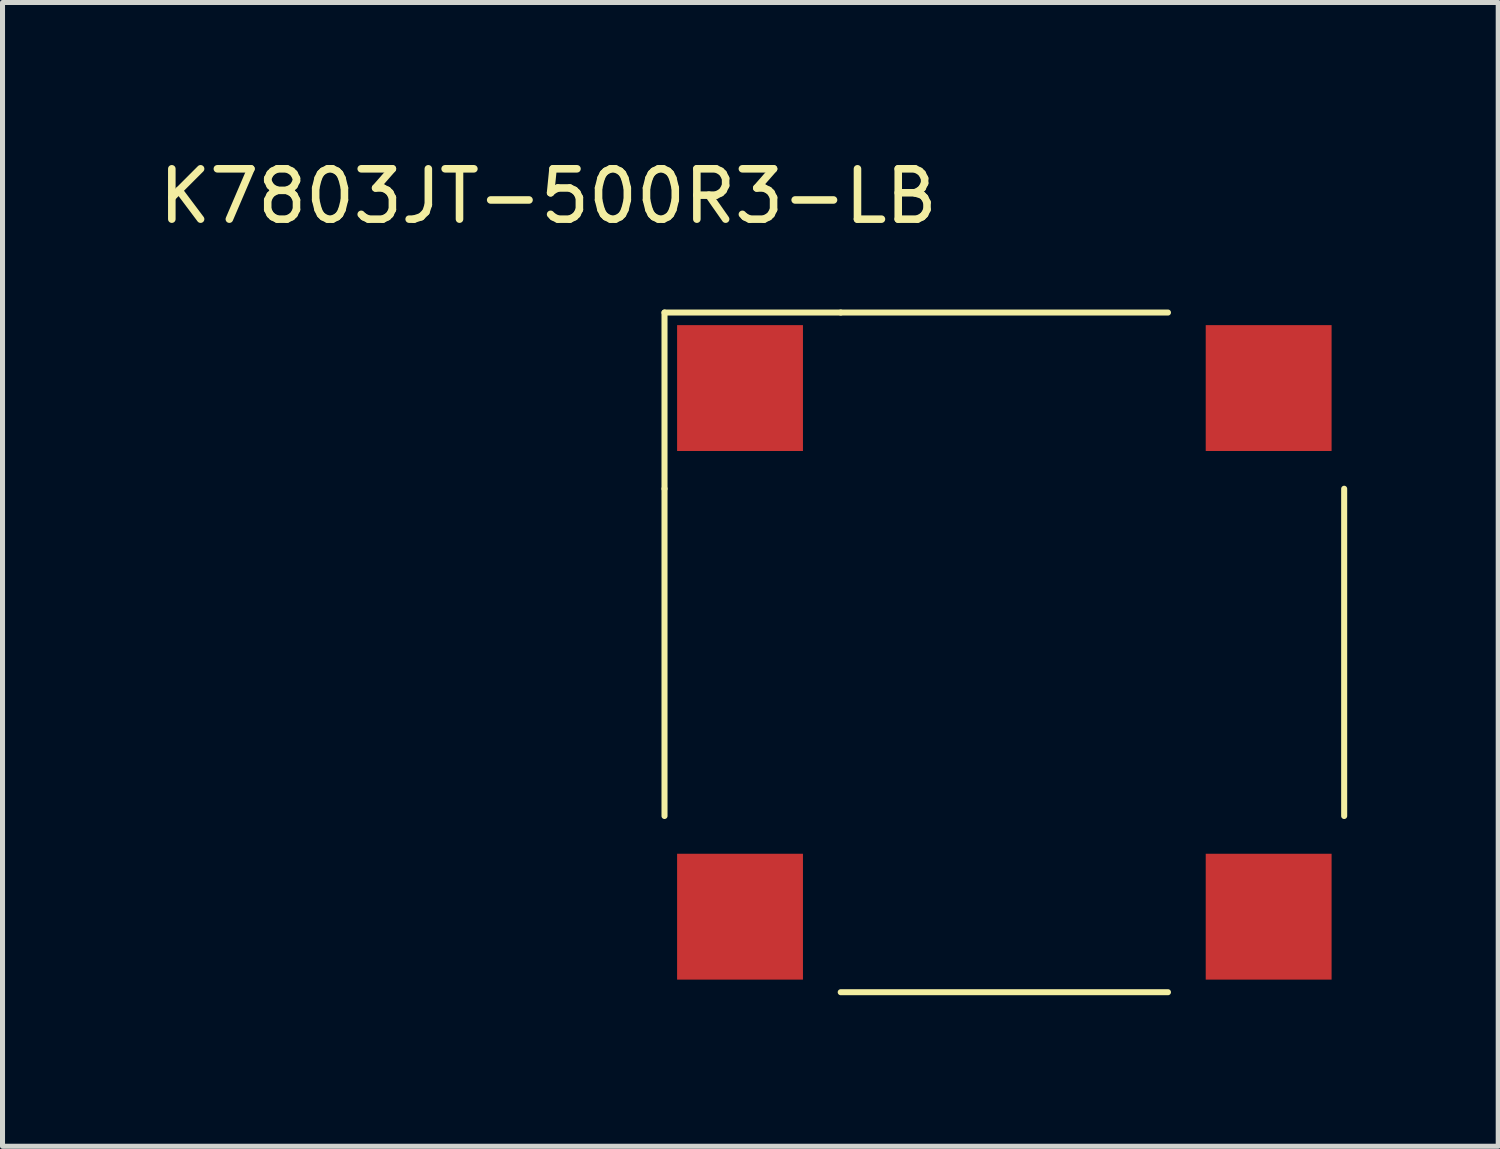
<source format=kicad_pcb>
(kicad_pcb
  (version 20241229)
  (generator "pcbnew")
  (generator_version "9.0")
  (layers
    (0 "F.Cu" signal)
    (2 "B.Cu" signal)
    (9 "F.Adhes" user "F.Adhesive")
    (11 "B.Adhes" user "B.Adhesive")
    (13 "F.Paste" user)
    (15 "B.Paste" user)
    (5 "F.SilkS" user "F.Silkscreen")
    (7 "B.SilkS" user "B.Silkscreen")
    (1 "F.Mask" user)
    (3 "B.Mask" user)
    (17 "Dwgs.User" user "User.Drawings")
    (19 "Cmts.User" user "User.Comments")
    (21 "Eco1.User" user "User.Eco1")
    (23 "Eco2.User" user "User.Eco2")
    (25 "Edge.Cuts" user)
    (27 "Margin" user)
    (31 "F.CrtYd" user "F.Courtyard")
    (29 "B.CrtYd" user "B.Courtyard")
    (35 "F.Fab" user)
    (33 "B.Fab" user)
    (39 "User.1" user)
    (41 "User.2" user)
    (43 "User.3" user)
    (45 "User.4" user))
  (footprint "K7803JT-500R3-LB"
    (layer "F.Cu")
    (at 11.649 4.658)
    (property "Reference" "K7803JT-500R3-LB" (at -3.81 -3.81 0) (layer "F.SilkS") (effects (font (size 1 1) (thickness 0.15))))
    (attr through_hole)
    (fp_line (start -1.5 -1.5) (end -1.5 2) (stroke (width 0.12) (type solid)) (layer "F.SilkS"))
    (fp_line (start -1.5 2) (end -1.5 8.5) (stroke (width 0.12) (type solid)) (layer "F.SilkS"))
    (fp_line (start 2 -1.5) (end -1.5 -1.5) (stroke (width 0.12) (type solid)) (layer "F.SilkS"))
    (fp_line (start 2 -1.5) (end 8.5 -1.5) (stroke (width 0.12) (type solid)) (layer "F.SilkS"))
    (fp_line (start 2 12) (end 8.5 12) (stroke (width 0.12) (type solid)) (layer "F.SilkS"))
    (fp_line (start 12 2) (end 12 8.5) (stroke (width 0.12) (type solid)) (layer "F.SilkS"))
    (pad "1" smd rect (at 0 0) (size 2.5 2.5) (layers "F.Cu" "F.Mask" "F.Paste"))
    (pad "2" smd rect (at 0 10.5) (size 2.5 2.5) (layers "F.Cu" "F.Mask" "F.Paste"))
    (pad "3" smd rect (at 10.5 10.5) (size 2.5 2.5) (layers "F.Cu" "F.Mask" "F.Paste"))
    (pad "4" smd rect (at 10.5 0) (size 2.5 2.5) (layers "F.Cu" "F.Mask" "F.Paste")))
  (gr_rect
    (start -3 -3)
    (end 26.709 19.718)
    (stroke (width 0.1) (type default))
    (fill no)
    (layer "Edge.Cuts")))
</source>
